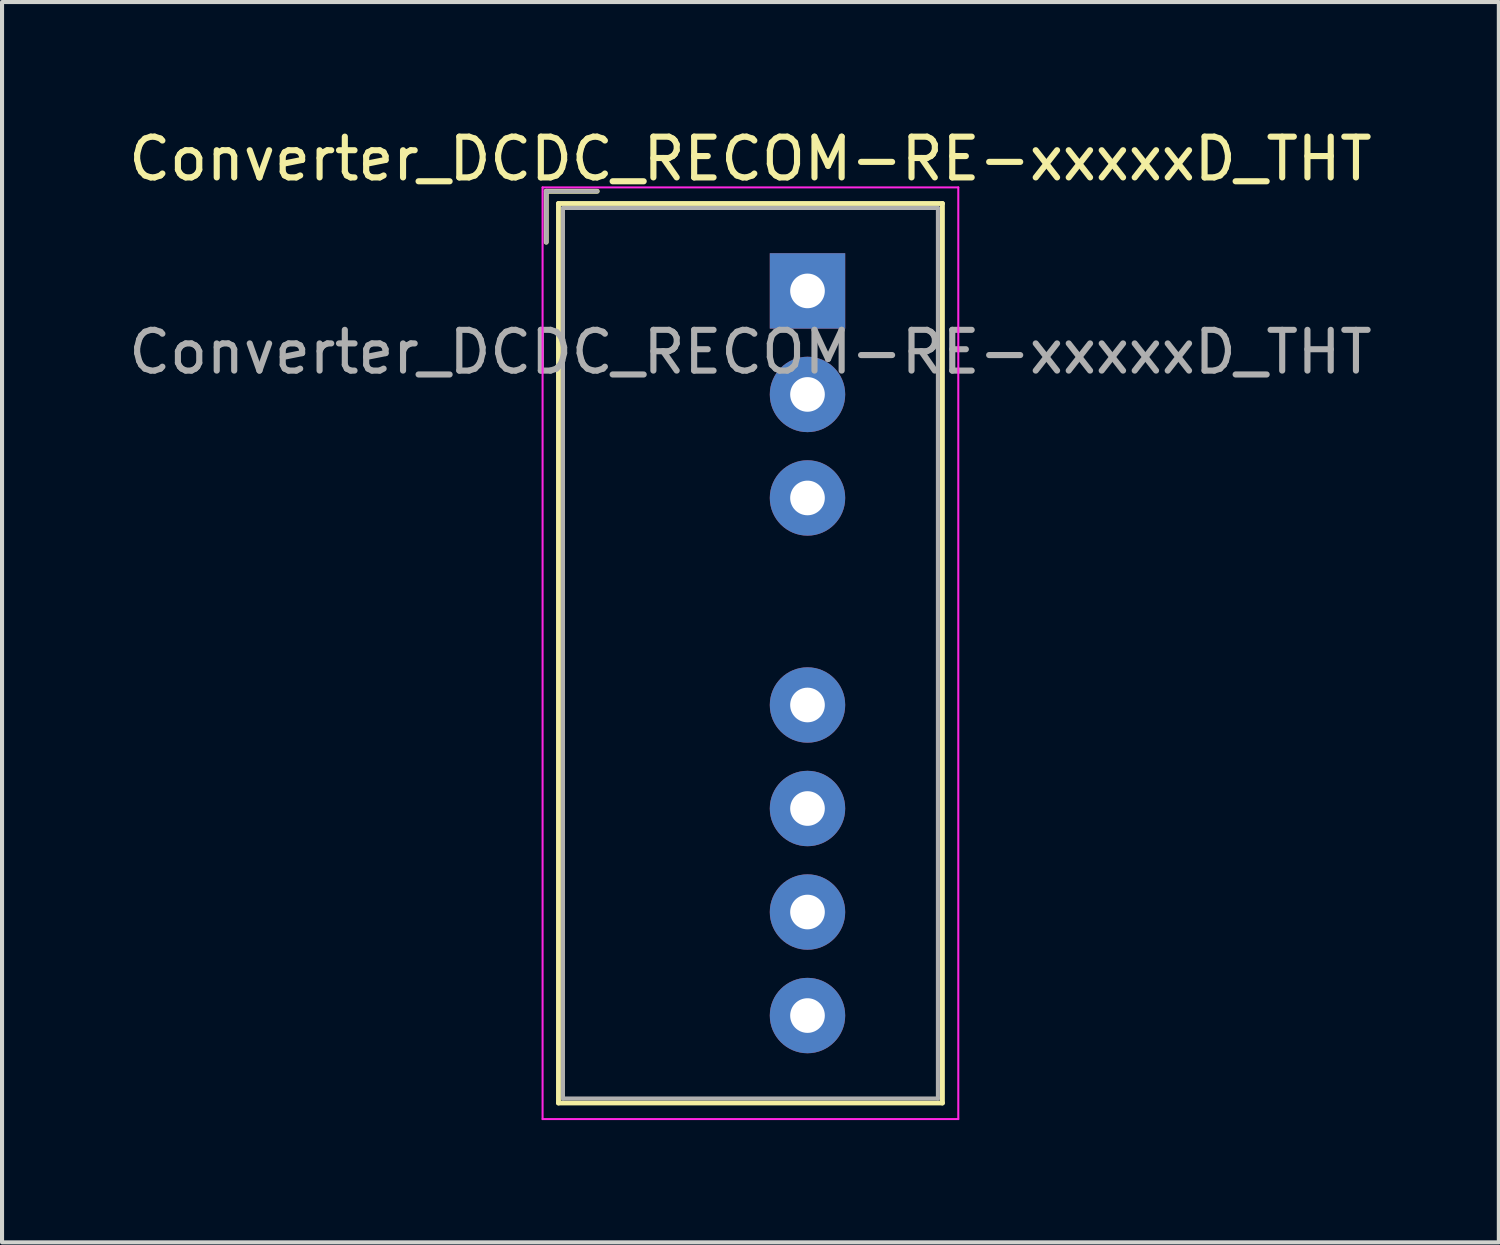
<source format=kicad_pcb>
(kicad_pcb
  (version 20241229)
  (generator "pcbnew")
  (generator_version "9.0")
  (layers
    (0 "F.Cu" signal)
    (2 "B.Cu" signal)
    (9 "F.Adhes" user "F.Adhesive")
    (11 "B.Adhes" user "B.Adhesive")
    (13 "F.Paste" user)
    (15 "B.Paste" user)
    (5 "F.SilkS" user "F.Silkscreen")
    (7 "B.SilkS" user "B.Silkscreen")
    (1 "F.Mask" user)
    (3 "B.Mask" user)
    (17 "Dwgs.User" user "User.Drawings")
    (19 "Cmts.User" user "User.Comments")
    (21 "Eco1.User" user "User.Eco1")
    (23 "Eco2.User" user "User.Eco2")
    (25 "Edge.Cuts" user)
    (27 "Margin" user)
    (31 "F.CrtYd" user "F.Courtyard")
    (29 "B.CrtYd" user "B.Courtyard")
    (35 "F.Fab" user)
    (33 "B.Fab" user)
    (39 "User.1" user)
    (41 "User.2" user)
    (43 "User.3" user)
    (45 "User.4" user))
  (footprint "Converter_DCDC_RECOM-RE-xxxxxD_THT"
    (layer "F.Cu")
    (at 16.763 4.088)
    (property "Reference" "Converter_DCDC_RECOM-RE-xxxxxD_THT" (at -1.4 -3.24 0) (layer "F.SilkS") (effects (font (size 1 1) (thickness 0.15))))
    (attr through_hole)
    (fp_line (start -6.41 -2.445) (end -6.41 -1.195) (stroke (width 0.12) (type solid)) (layer "F.SilkS"))
    (fp_line (start -6.11 -2.145) (end -6.11 19.925) (stroke (width 0.12) (type solid)) (layer "F.SilkS"))
    (fp_line (start -6.11 19.925) (end 3.31 19.925) (stroke (width 0.12) (type solid)) (layer "F.SilkS"))
    (fp_line (start -5.16 -2.445) (end -6.41 -2.445) (stroke (width 0.12) (type solid)) (layer "F.SilkS"))
    (fp_line (start 3.31 -2.145) (end -6.11 -2.145) (stroke (width 0.12) (type solid)) (layer "F.SilkS"))
    (fp_line (start 3.31 19.925) (end 3.31 -2.145) (stroke (width 0.12) (type solid)) (layer "F.SilkS"))
    (fp_line (start -6.5 -2.54) (end -6.5 20.32) (stroke (width 0.05) (type solid)) (layer "F.CrtYd"))
    (fp_line (start -6.5 20.32) (end 3.7 20.32) (stroke (width 0.05) (type solid)) (layer "F.CrtYd"))
    (fp_line (start 3.7 -2.54) (end -6.5 -2.54) (stroke (width 0.05) (type solid)) (layer "F.CrtYd"))
    (fp_line (start 3.7 20.32) (end 3.7 -2.54) (stroke (width 0.05) (type solid)) (layer "F.CrtYd"))
    (fp_line (start -6.41 -2.445) (end -6.41 -1.195) (stroke (width 0.1) (type solid)) (layer "F.Fab"))
    (fp_line (start -6 -2.035) (end -6 19.815) (stroke (width 0.1) (type solid)) (layer "F.Fab"))
    (fp_line (start -6 19.815) (end 3.2 19.815) (stroke (width 0.1) (type solid)) (layer "F.Fab"))
    (fp_line (start -5.16 -2.445) (end -6.41 -2.445) (stroke (width 0.1) (type solid)) (layer "F.Fab"))
    (fp_line (start 3.2 -2.035) (end -6 -2.035) (stroke (width 0.1) (type solid)) (layer "F.Fab"))
    (fp_line (start 3.2 19.815) (end 3.2 -2.035) (stroke (width 0.1) (type solid)) (layer "F.Fab"))
    (fp_text user "${REFERENCE}" (at -1.4 1.5 0) (layer "F.Fab") (effects (font (size 1 1) (thickness 0.15))))
    (pad "1" thru_hole rect (at 0 0) (size 1.85 1.85) (drill 0.85) (layers "*.Cu" "*.Mask"))
    (pad "2" thru_hole circle (at 0 2.54) (size 1.85 1.85) (drill 0.85) (layers "*.Cu" "*.Mask"))
    (pad "3" thru_hole circle (at 0 5.08) (size 1.85 1.85) (drill 0.85) (layers "*.Cu" "*.Mask"))
    (pad "5" thru_hole circle (at 0 10.16) (size 1.85 1.85) (drill 0.85) (layers "*.Cu" "*.Mask"))
    (pad "6" thru_hole circle (at 0 12.7) (size 1.85 1.85) (drill 0.85) (layers "*.Cu" "*.Mask"))
    (pad "7" thru_hole circle (at 0 15.24) (size 1.85 1.85) (drill 0.85) (layers "*.Cu" "*.Mask"))
    (pad "8" thru_hole circle (at 0 17.78) (size 1.85 1.85) (drill 0.85) (layers "*.Cu" "*.Mask")))
  (gr_rect
    (start -3 -3)
    (end 33.726 27.433)
    (stroke (width 0.1) (type default))
    (fill no)
    (layer "Edge.Cuts")))
</source>
